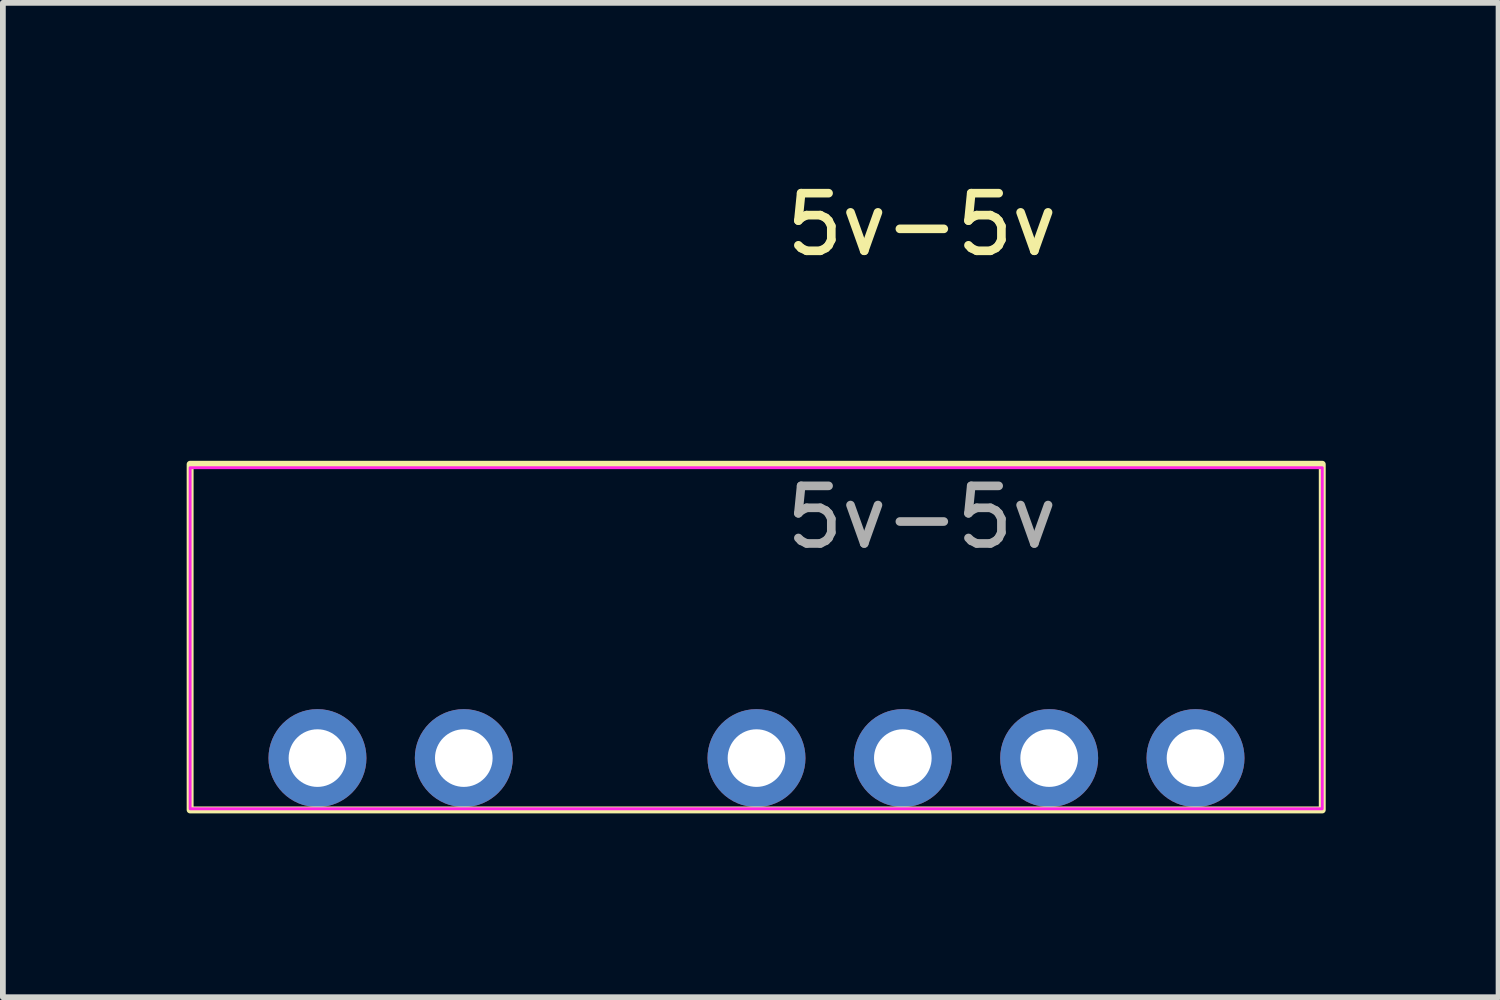
<source format=kicad_pcb>
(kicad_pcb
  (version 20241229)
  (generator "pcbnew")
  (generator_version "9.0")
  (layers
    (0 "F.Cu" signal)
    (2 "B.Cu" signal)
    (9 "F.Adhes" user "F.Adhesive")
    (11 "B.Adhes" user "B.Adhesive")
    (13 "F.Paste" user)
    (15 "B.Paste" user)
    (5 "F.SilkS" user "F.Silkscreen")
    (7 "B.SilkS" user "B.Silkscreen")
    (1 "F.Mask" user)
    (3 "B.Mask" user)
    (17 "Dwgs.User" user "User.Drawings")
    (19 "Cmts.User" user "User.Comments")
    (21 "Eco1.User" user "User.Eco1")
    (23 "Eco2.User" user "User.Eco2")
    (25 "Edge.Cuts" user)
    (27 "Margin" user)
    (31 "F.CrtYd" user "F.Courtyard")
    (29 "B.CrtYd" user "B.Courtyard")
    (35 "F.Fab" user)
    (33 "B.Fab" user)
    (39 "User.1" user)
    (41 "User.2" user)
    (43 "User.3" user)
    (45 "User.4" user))
  (footprint "5v-5v"
    (layer "F.Cu")
    (at 0.25 11.008)
    (property "Reference" "5v-5v" (at 12.7 -10.16 0) (unlocked yes) (layer "F.SilkS") (effects (font (size 1 1) (thickness 0.15))))
    (attr through_hole)
    (fp_rect (start 0 -6) (end 19.65 0) (stroke (width 0.12) (type solid)) (fill no) (layer "F.SilkS"))
    (fp_rect (start 0 -5.94) (end 19.65 -0.02) (stroke (width 0.05) (type solid)) (fill no) (layer "F.CrtYd"))
    (fp_text user "${REFERENCE}" (at 12.7 -5.08 0) (unlocked yes) (layer "F.Fab") (effects (font (size 1 1) (thickness 0.15))))
    (pad "1" thru_hole circle (at 2.21 -0.9) (size 1.7 1.7) (drill 1) (layers "*.Cu" "*.Mask"))
    (pad "2" thru_hole circle (at 4.75 -0.9) (size 1.7 1.7) (drill 1) (layers "*.Cu" "*.Mask"))
    (pad "3" thru_hole circle (at 9.83 -0.9) (size 1.7 1.7) (drill 1) (layers "*.Cu" "*.Mask"))
    (pad "4" thru_hole circle (at 12.37 -0.9) (size 1.7 1.7) (drill 1) (layers "*.Cu" "*.Mask"))
    (pad "5" thru_hole circle (at 14.91 -0.9) (size 1.7 1.7) (drill 1) (layers "*.Cu" "*.Mask"))
    (pad "6" thru_hole circle (at 17.45 -0.9) (size 1.7 1.7) (drill 1) (layers "*.Cu" "*.Mask")))
  (gr_rect
    (start -3 -3)
    (end 22.96 14.258)
    (stroke (width 0.1) (type default))
    (fill no)
    (layer "Edge.Cuts")))
</source>
